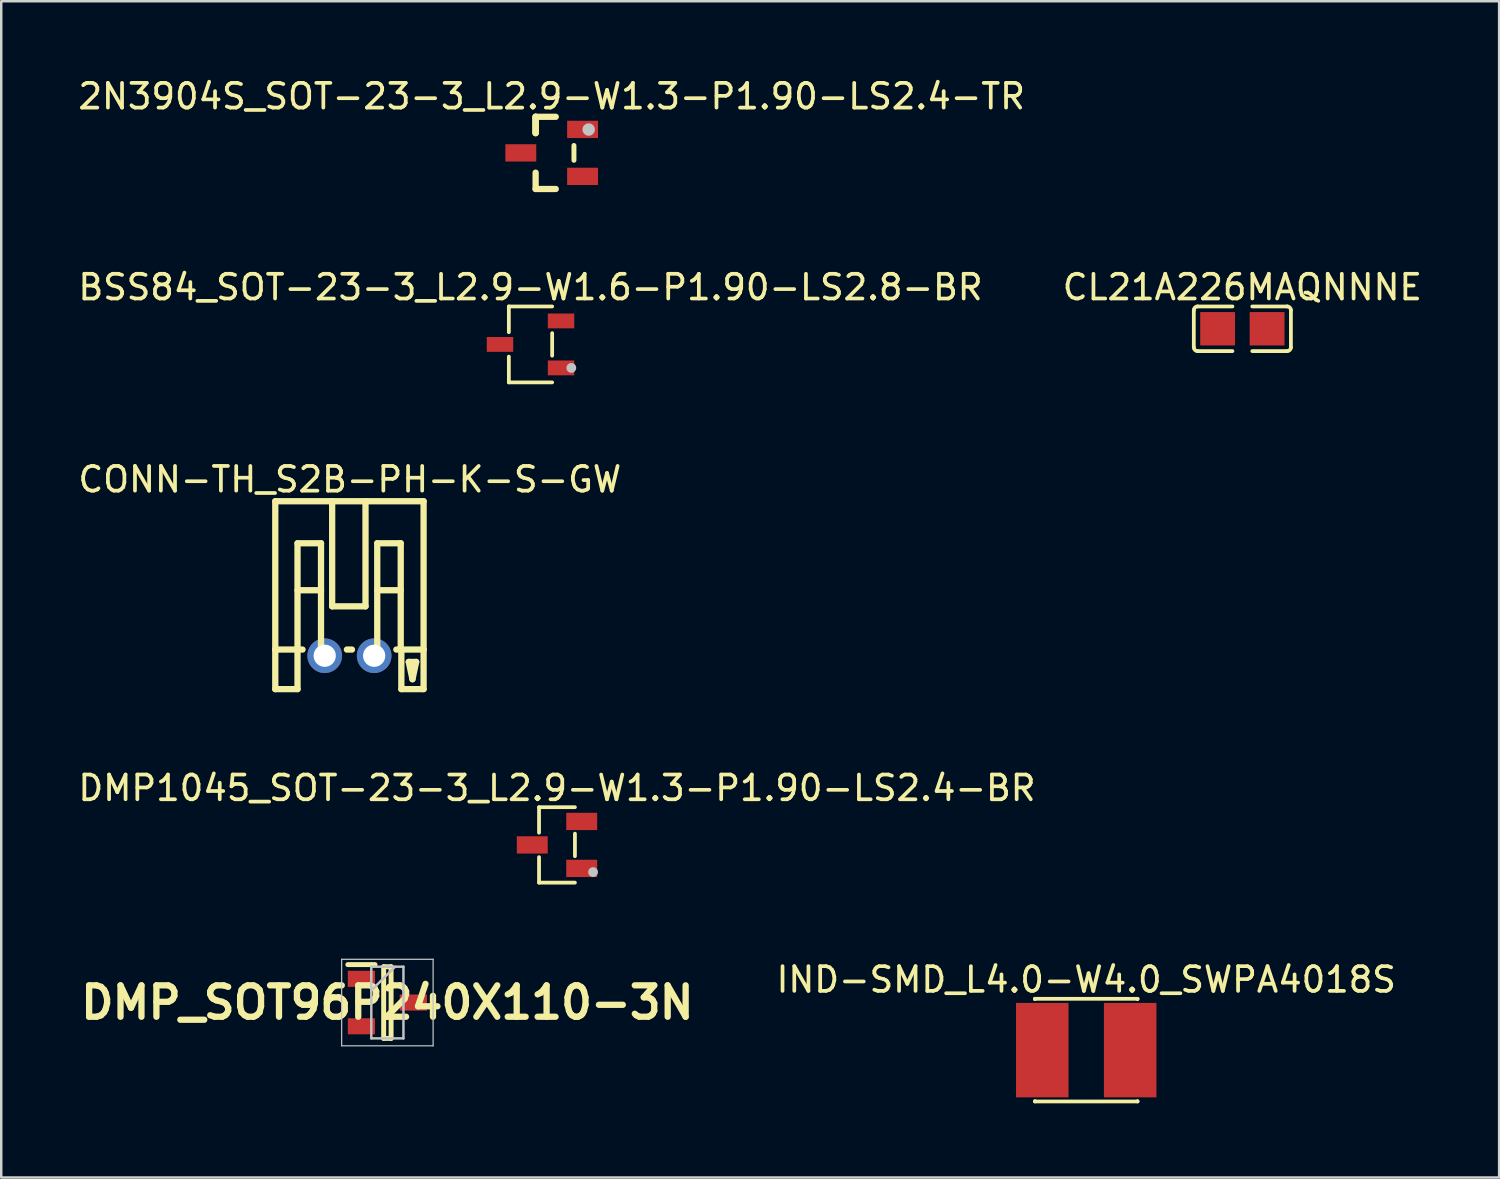
<source format=kicad_pcb>
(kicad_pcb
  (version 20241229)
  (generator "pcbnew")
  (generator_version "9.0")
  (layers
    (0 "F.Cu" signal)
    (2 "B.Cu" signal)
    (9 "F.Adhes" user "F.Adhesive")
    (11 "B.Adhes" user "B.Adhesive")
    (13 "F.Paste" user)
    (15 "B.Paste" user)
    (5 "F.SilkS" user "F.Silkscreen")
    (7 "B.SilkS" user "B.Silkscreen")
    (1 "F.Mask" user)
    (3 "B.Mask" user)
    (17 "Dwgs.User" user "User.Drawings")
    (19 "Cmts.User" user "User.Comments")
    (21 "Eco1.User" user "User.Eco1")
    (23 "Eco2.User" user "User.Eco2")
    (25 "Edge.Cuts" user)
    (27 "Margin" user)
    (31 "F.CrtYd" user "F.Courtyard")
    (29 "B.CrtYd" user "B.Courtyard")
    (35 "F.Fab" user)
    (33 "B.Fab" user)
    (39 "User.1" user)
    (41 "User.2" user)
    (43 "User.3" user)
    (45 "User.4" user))
  (footprint "2N3904S_SOT-23-3_L2.9-W1.3-P1.90-LS2.4-TR"
    (layer "F.Cu")
    (at 19.268 3.135)
    (property "Reference" "2N3904S_SOT-23-3_L2.9-W1.3-P1.90-LS2.4-TR" (at 0 -2.287 0) (layer "F.SilkS") (effects (font (size 1 1) (thickness 0.15))))
    (fp_line (start -0.65 -1.46) (end -0.65 -0.8) (stroke (width 0.254) (type default)) (layer "F.SilkS"))
    (fp_line (start -0.65 -1.46) (end 0.165 -1.46) (stroke (width 0.254) (type default)) (layer "F.SilkS"))
    (fp_line (start -0.65 -0.8) (end -0.65 -1.46) (stroke (width 0.254) (type default)) (layer "F.SilkS"))
    (fp_line (start -0.65 -0.8) (end -0.65 -1.46) (stroke (width 0.254) (type default)) (layer "F.SilkS"))
    (fp_line (start -0.65 1.46) (end -0.65 0.8) (stroke (width 0.254) (type default)) (layer "F.SilkS"))
    (fp_line (start 0.165 1.46) (end -0.65 1.46) (stroke (width 0.254) (type default)) (layer "F.SilkS"))
    (fp_line (start 0.9 0.3) (end 0.9 -0.3) (stroke (width 0.2) (type default)) (layer "F.SilkS"))
    (fp_circle (center 1.496 -0.945) (end 1.623 -0.945) (stroke (width 0.254) (type default)) (fill no) (layer "Dwgs.User"))
    (fp_poly (pts (xy -1.2 0.2) (xy -1.2 -0.2) (xy -1 -0.2) (xy -1 0.2)) (stroke (width 0.1) (type default)) (fill no) (layer "User.1"))
    (fp_poly (pts (xy -1.01 0.2) (xy -1.01 -0.2) (xy -0.627 -0.2) (xy -0.627 0.2)) (stroke (width 0.1) (type default)) (fill no) (layer "User.1"))
    (fp_poly (pts (xy 0.627 -0.75) (xy 0.627 -1.15) (xy 1.01 -1.15) (xy 1.01 -0.75)) (stroke (width 0.1) (type default)) (fill no) (layer "User.1"))
    (fp_poly (pts (xy 0.627 1.15) (xy 0.627 0.75) (xy 1.01 0.75) (xy 1.01 1.15)) (stroke (width 0.1) (type default)) (fill no) (layer "User.1"))
    (fp_poly (pts (xy 1 -0.75) (xy 1 -1.15) (xy 1.2 -1.15) (xy 1.2 -0.75)) (stroke (width 0.1) (type default)) (fill no) (layer "User.1"))
    (fp_poly (pts (xy 1 1.15) (xy 1 0.75) (xy 1.2 0.75) (xy 1.2 1.15)) (stroke (width 0.1) (type default)) (fill no) (layer "User.1"))
    (fp_line (start -0.663 -1.45) (end 0.662 -1.45) (stroke (width 0.051) (type default)) (layer "User.2"))
    (fp_line (start -0.663 1.45) (end -0.663 -1.45) (stroke (width 0.051) (type default)) (layer "User.2"))
    (fp_line (start 0.662 -1.45) (end 0.662 1.45) (stroke (width 0.051) (type default)) (layer "User.2"))
    (fp_line (start 0.662 1.45) (end -0.663 1.45) (stroke (width 0.051) (type default)) (layer "User.2"))
    (fp_poly (pts (xy 1.255 -1.473) (xy 1.223 -1.505) (xy 1.177 -1.505) (xy 1.145 -1.473) (xy 1.145 -1.427) (xy 1.177 -1.395) (xy 1.223 -1.395) (xy 1.255 -1.427)) (stroke (width 0.1) (type default)) (fill no) (layer "User.3"))
    (pad "1" smd rect (at 1.25 -0.95 270) (size 0.7 1.25) (layers "F.Cu" "F.Mask" "F.Paste"))
    (pad "2" smd rect (at 1.25 0.95 270) (size 0.7 1.25) (layers "F.Cu" "F.Mask" "F.Paste"))
    (pad "3" smd rect (at -1.25 0 270) (size 0.7 1.25) (layers "F.Cu" "F.Mask" "F.Paste")))
  (footprint "CONN-TH_S2B-PH-K-S-GW"
    (layer "F.Cu")
    (at 11.086 23.477)
    (property "Reference" "CONN-TH_S2B-PH-K-S-GW" (at 0.015 -7.133 0) (layer "F.SilkS") (effects (font (size 1 1) (thickness 0.15))))
    (fp_line (start -3 -6.25) (end 3 -6.25) (stroke (width 0.254) (type default)) (layer "F.SilkS"))
    (fp_line (start -3 -0.25) (end -3 -6.25) (stroke (width 0.254) (type default)) (layer "F.SilkS"))
    (fp_line (start -3 -0.25) (end -3 1.35) (stroke (width 0.254) (type default)) (layer "F.SilkS"))
    (fp_line (start -3 -0.25) (end -1.897 -0.25) (stroke (width 0.254) (type default)) (layer "F.SilkS"))
    (fp_line (start -3 1.35) (end -2.1 1.35) (stroke (width 0.254) (type default)) (layer "F.SilkS"))
    (fp_line (start -2.1 -4.55) (end -1.15 -4.55) (stroke (width 0.254) (type default)) (layer "F.SilkS"))
    (fp_line (start -2.1 -2.65) (end -1.15 -2.65) (stroke (width 0.254) (type default)) (layer "F.SilkS"))
    (fp_line (start -2.1 -0.25) (end -2.1 -4.55) (stroke (width 0.254) (type default)) (layer "F.SilkS"))
    (fp_line (start -2.1 1.35) (end -2.1 -0.25) (stroke (width 0.254) (type default)) (layer "F.SilkS"))
    (fp_line (start -1.15 -4.55) (end -1.15 -0.25) (stroke (width 0.254) (type default)) (layer "F.SilkS"))
    (fp_line (start -0.7 -6.25) (end -0.699 -6.251) (stroke (width 0.254) (type default)) (layer "F.SilkS"))
    (fp_line (start -0.699 -6.251) (end -0.699 -1.999) (stroke (width 0.254) (type default)) (layer "F.SilkS"))
    (fp_line (start -0.699 -1.999) (end 0.65 -1.999) (stroke (width 0.254) (type default)) (layer "F.SilkS"))
    (fp_line (start -0.103 -0.25) (end 0.103 -0.25) (stroke (width 0.254) (type default)) (layer "F.SilkS"))
    (fp_line (start 0.65 -1.999) (end 0.65 -6.251) (stroke (width 0.254) (type default)) (layer "F.SilkS"))
    (fp_line (start 1.125 -4.55) (end 2.075 -4.55) (stroke (width 0.254) (type default)) (layer "F.SilkS"))
    (fp_line (start 1.125 -2.65) (end 2.075 -2.65) (stroke (width 0.254) (type default)) (layer "F.SilkS"))
    (fp_line (start 1.125 -0.25) (end 1.125 -4.55) (stroke (width 0.254) (type default)) (layer "F.SilkS"))
    (fp_line (start 1.897 -0.25) (end 3 -0.25) (stroke (width 0.254) (type default)) (layer "F.SilkS"))
    (fp_line (start 2.075 -4.55) (end 2.075 -0.25) (stroke (width 0.254) (type default)) (layer "F.SilkS"))
    (fp_line (start 2.1 1.35) (end 2.1 -0.25) (stroke (width 0.254) (type default)) (layer "F.SilkS"))
    (fp_line (start 2.4 0.25) (end 2.7 0.25) (stroke (width 0.254) (type default)) (layer "F.SilkS"))
    (fp_line (start 2.55 0.95) (end 2.4 0.25) (stroke (width 0.254) (type default)) (layer "F.SilkS"))
    (fp_line (start 2.7 0.25) (end 2.55 0.95) (stroke (width 0.254) (type default)) (layer "F.SilkS"))
    (fp_line (start 3 -6.25) (end 3 -0.25) (stroke (width 0.254) (type default)) (layer "F.SilkS"))
    (fp_line (start 3 -0.25) (end 3 1.35) (stroke (width 0.254) (type default)) (layer "F.SilkS"))
    (fp_line (start 3 1.35) (end 2.1 1.35) (stroke (width 0.254) (type default)) (layer "F.SilkS"))
    (fp_poly (pts (xy -0.653 -0.046) (xy -0.677 -0.134) (xy -0.722 -0.213) (xy -0.787 -0.278) (xy -0.866 -0.323) (xy -0.954 -0.347) (xy -1.046 -0.347) (xy -1.134 -0.323) (xy -1.213 -0.278) (xy -1.278 -0.213) (xy -1.323 -0.134) (xy -1.347 -0.046) (xy -1.347 0.046) (xy -1.323 0.134) (xy -1.278 0.213) (xy -1.213 0.278) (xy -1.134 0.323) (xy -1.046 0.347) (xy -0.954 0.347) (xy -0.866 0.323) (xy -0.787 0.278) (xy -0.722 0.213) (xy -0.677 0.134) (xy -0.653 0.046)) (stroke (width 0.1) (type default)) (fill no) (layer "User.1"))
    (fp_poly (pts (xy 1.347 -0.046) (xy 1.323 -0.134) (xy 1.278 -0.213) (xy 1.213 -0.278) (xy 1.134 -0.323) (xy 1.046 -0.347) (xy 0.954 -0.347) (xy 0.866 -0.323) (xy 0.787 -0.278) (xy 0.722 -0.213) (xy 0.677 -0.134) (xy 0.653 -0.046) (xy 0.653 0.046) (xy 0.677 0.134) (xy 0.722 0.213) (xy 0.787 0.278) (xy 0.866 0.323) (xy 0.954 0.347) (xy 1.046 0.347) (xy 1.134 0.323) (xy 1.213 0.278) (xy 1.278 0.213) (xy 1.323 0.134) (xy 1.347 0.046)) (stroke (width 0.1) (type default)) (fill no) (layer "User.1"))
    (fp_line (start -3.127 -6.378) (end 3.127 -6.378) (stroke (width 0.051) (type default)) (layer "User.2"))
    (fp_line (start -3.127 1.477) (end -3.127 -6.378) (stroke (width 0.051) (type default)) (layer "User.2"))
    (fp_line (start 3.127 -6.378) (end 3.127 1.477) (stroke (width 0.051) (type default)) (layer "User.2"))
    (fp_line (start 3.127 1.477) (end -3.127 1.477) (stroke (width 0.051) (type default)) (layer "User.2"))
    (fp_poly (pts (xy 3.182 -6.401) (xy 3.15 -6.433) (xy 3.104 -6.433) (xy 3.072 -6.401) (xy 3.072 -6.355) (xy 3.104 -6.323) (xy 3.15 -6.323) (xy 3.182 -6.355)) (stroke (width 0.1) (type default)) (fill no) (layer "User.3"))
    (pad "1" thru_hole circle (at 1 0) (size 1.4 1.4) (drill 0.9) (layers "*.Cu" "*.Mask"))
    (pad "2" thru_hole circle (at -1 0) (size 1.4 1.4) (drill 0.9) (layers "*.Cu" "*.Mask")))
  (footprint "DMP_SOT96P240X110-3N"
    (layer "F.Cu")
    (at 12.621 37.507)
    (property "Reference" "DMP_SOT96P240X110-3N" (at 0 0 0) (layer "F.SilkS") (effects (font (size 1.27 1.27) (thickness 0.254))))
    (attr smd)
    (fp_line (start -1.6 -1.535) (end -0.5 -1.535) (stroke (width 0.2) (type solid)) (layer "F.SilkS"))
    (fp_line (start -0.15 -1.45) (end 0.15 -1.45) (stroke (width 0.2) (type solid)) (layer "F.SilkS"))
    (fp_line (start -0.15 1.45) (end -0.15 -1.45) (stroke (width 0.2) (type solid)) (layer "F.SilkS"))
    (fp_line (start 0.15 -1.45) (end 0.15 1.45) (stroke (width 0.2) (type solid)) (layer "F.SilkS"))
    (fp_line (start 0.15 1.45) (end -0.15 1.45) (stroke (width 0.2) (type solid)) (layer "F.SilkS"))
    (fp_line (start -1.85 -1.75) (end 1.85 -1.75) (stroke (width 0.05) (type solid)) (layer "Dwgs.User"))
    (fp_line (start -1.85 1.75) (end -1.85 -1.75) (stroke (width 0.05) (type solid)) (layer "Dwgs.User"))
    (fp_line (start -0.65 -1.45) (end 0.65 -1.45) (stroke (width 0.1) (type solid)) (layer "Dwgs.User"))
    (fp_line (start -0.65 -0.49) (end 0.31 -1.45) (stroke (width 0.1) (type solid)) (layer "Dwgs.User"))
    (fp_line (start -0.65 1.45) (end -0.65 -1.45) (stroke (width 0.1) (type solid)) (layer "Dwgs.User"))
    (fp_line (start 0.65 -1.45) (end 0.65 1.45) (stroke (width 0.1) (type solid)) (layer "Dwgs.User"))
    (fp_line (start 0.65 1.45) (end -0.65 1.45) (stroke (width 0.1) (type solid)) (layer "Dwgs.User"))
    (fp_line (start 1.85 -1.75) (end 1.85 1.75) (stroke (width 0.05) (type solid)) (layer "Dwgs.User"))
    (fp_line (start 1.85 1.75) (end -1.85 1.75) (stroke (width 0.05) (type solid)) (layer "Dwgs.User"))
    (pad "1" smd rect (at -1.05 -0.96 90) (size 0.65 1.1) (layers "F.Cu" "F.Mask" "F.Paste"))
    (pad "2" smd rect (at -1.05 0.96 90) (size 0.65 1.1) (layers "F.Cu" "F.Mask" "F.Paste"))
    (pad "3" smd rect (at 1.05 0 90) (size 0.65 1.1) (layers "F.Cu" "F.Mask" "F.Paste")))
  (footprint "IND-SMD_L4.0-W4.0_SWPA4018S"
    (layer "F.Cu")
    (at 40.892 39.432)
    (property "Reference" "IND-SMD_L4.0-W4.0_SWPA4018S" (at 0 -2.852 0) (layer "F.SilkS") (effects (font (size 1 1) (thickness 0.15))))
    (fp_line (start -2.076 -2.076) (end 2.076 -2.076) (stroke (width 0.152) (type default)) (layer "F.SilkS"))
    (fp_line (start -2.076 -2.062) (end -2.076 -2.076) (stroke (width 0.152) (type default)) (layer "F.SilkS"))
    (fp_line (start -2.076 2.062) (end -2.076 2.076) (stroke (width 0.152) (type default)) (layer "F.SilkS"))
    (fp_line (start -2.076 2.076) (end 2.076 2.076) (stroke (width 0.152) (type default)) (layer "F.SilkS"))
    (fp_line (start 2.076 -2.076) (end 2.076 -2.062) (stroke (width 0.152) (type default)) (layer "F.SilkS"))
    (fp_line (start 2.076 2.076) (end 2.076 2.062) (stroke (width 0.152) (type default)) (layer "F.SilkS"))
    (fp_poly (pts (xy -2 1.7) (xy -2 -1.7) (xy -0.8 -1.7) (xy -0.8 1.7)) (stroke (width 0.1) (type default)) (fill no) (layer "User.1"))
    (fp_poly (pts (xy 2 1.7) (xy 2 -1.7) (xy 0.8 -1.7) (xy 0.8 1.7)) (stroke (width 0.1) (type default)) (fill no) (layer "User.1"))
    (fp_line (start -2 -2) (end 2 -2) (stroke (width 0.051) (type default)) (layer "User.2"))
    (fp_line (start -2 2) (end -2 -2) (stroke (width 0.051) (type default)) (layer "User.2"))
    (fp_line (start 2 -2) (end 2 2) (stroke (width 0.051) (type default)) (layer "User.2"))
    (fp_line (start 2 2) (end -2 2) (stroke (width 0.051) (type default)) (layer "User.2"))
    (fp_poly (pts (xy 2.055 1.947) (xy 2.023 1.915) (xy 1.977 1.915) (xy 1.945 1.947) (xy 1.945 1.993) (xy 1.977 2.025) (xy 2.023 2.025) (xy 2.055 1.993)) (stroke (width 0.1) (type default)) (fill no) (layer "User.3"))
    (pad "1" smd rect (at 1.778 0) (size 2.124 3.82) (layers "F.Cu" "F.Mask" "F.Paste"))
    (pad "2" smd rect (at -1.778 0) (size 2.124 3.82) (layers "F.Cu" "F.Mask" "F.Paste")))
  (footprint "DMP1045_SOT-23-3_L2.9-W1.3-P1.90-LS2.4-BR"
    (layer "F.Cu")
    (at 19.482 31.13)
    (property "Reference" "DMP1045_SOT-23-3_L2.9-W1.3-P1.90-LS2.4-BR" (at 0 -2.302 0) (layer "F.SilkS") (effects (font (size 1 1) (thickness 0.15))))
    (fp_line (start -0.726 -1.526) (end -0.726 -0.494) (stroke (width 0.152) (type default)) (layer "F.SilkS"))
    (fp_line (start -0.726 1.526) (end -0.726 0.494) (stroke (width 0.152) (type default)) (layer "F.SilkS"))
    (fp_line (start 0.726 -1.526) (end -0.726 -1.526) (stroke (width 0.152) (type default)) (layer "F.SilkS"))
    (fp_line (start 0.726 -0.456) (end 0.726 0.456) (stroke (width 0.152) (type default)) (layer "F.SilkS"))
    (fp_line (start 0.726 1.526) (end -0.726 1.526) (stroke (width 0.152) (type default)) (layer "F.SilkS"))
    (fp_circle (center 1.46 1.1) (end 1.56 1.1) (stroke (width 0.2) (type default)) (fill no) (layer "Dwgs.User"))
    (fp_poly (pts (xy -1.2 0.215) (xy -1.2 -0.215) (xy -0.9 -0.215) (xy -0.9 0.215)) (stroke (width 0.1) (type default)) (fill no) (layer "User.1"))
    (fp_poly (pts (xy -0.91 0.215) (xy -0.91 -0.215) (xy -0.64 -0.215) (xy -0.64 0.215)) (stroke (width 0.1) (type default)) (fill no) (layer "User.1"))
    (fp_poly (pts (xy 0.64 -0.735) (xy 0.64 -1.165) (xy 0.91 -1.165) (xy 0.91 -0.735)) (stroke (width 0.1) (type default)) (fill no) (layer "User.1"))
    (fp_poly (pts (xy 0.64 1.165) (xy 0.64 0.735) (xy 0.91 0.735) (xy 0.91 1.165)) (stroke (width 0.1) (type default)) (fill no) (layer "User.1"))
    (fp_poly (pts (xy 0.9 -0.735) (xy 0.9 -1.165) (xy 1.2 -1.165) (xy 1.2 -0.735)) (stroke (width 0.1) (type default)) (fill no) (layer "User.1"))
    (fp_poly (pts (xy 0.9 1.165) (xy 0.9 0.735) (xy 1.2 0.735) (xy 1.2 1.165)) (stroke (width 0.1) (type default)) (fill no) (layer "User.1"))
    (fp_line (start -0.65 -1.45) (end 0.65 -1.45) (stroke (width 0.051) (type default)) (layer "User.2"))
    (fp_line (start -0.65 1.45) (end -0.65 -1.45) (stroke (width 0.051) (type default)) (layer "User.2"))
    (fp_line (start 0.65 -1.45) (end 0.65 1.45) (stroke (width 0.051) (type default)) (layer "User.2"))
    (fp_line (start 0.65 1.45) (end -0.65 1.45) (stroke (width 0.051) (type default)) (layer "User.2"))
    (fp_poly (pts (xy 1.255 1.427) (xy 1.223 1.395) (xy 1.177 1.395) (xy 1.145 1.427) (xy 1.145 1.473) (xy 1.177 1.505) (xy 1.223 1.505) (xy 1.255 1.473)) (stroke (width 0.1) (type default)) (fill no) (layer "User.3"))
    (pad "1" smd rect (at 1 0.95) (size 1.25 0.7) (layers "F.Cu" "F.Mask" "F.Paste"))
    (pad "2" smd rect (at 1 -0.95) (size 1.25 0.7) (layers "F.Cu" "F.Mask" "F.Paste"))
    (pad "3" smd rect (at -1 0) (size 1.25 0.7) (layers "F.Cu" "F.Mask" "F.Paste")))
  (footprint "BSS84_SOT-23-3_L2.9-W1.6-P1.90-LS2.8-BR"
    (layer "F.Cu")
    (at 18.411 10.883)
    (property "Reference" "BSS84_SOT-23-3_L2.9-W1.6-P1.90-LS2.8-BR" (at 0 -2.312 0) (layer "F.SilkS") (effects (font (size 1 1) (thickness 0.15))))
    (fp_line (start -0.876 -1.536) (end -0.876 -0.494) (stroke (width 0.152) (type default)) (layer "F.SilkS"))
    (fp_line (start -0.876 1.536) (end -0.876 0.494) (stroke (width 0.152) (type default)) (layer "F.SilkS"))
    (fp_line (start 0.876 -1.536) (end -0.876 -1.536) (stroke (width 0.152) (type default)) (layer "F.SilkS"))
    (fp_line (start 0.876 -0.456) (end 0.876 0.456) (stroke (width 0.152) (type default)) (layer "F.SilkS"))
    (fp_line (start 0.876 1.536) (end -0.876 1.536) (stroke (width 0.152) (type default)) (layer "F.SilkS"))
    (fp_circle (center 1.651 0.95) (end 1.751 0.95) (stroke (width 0.2) (type default)) (fill no) (layer "Dwgs.User"))
    (fp_poly (pts (xy -0.96 0.2) (xy -0.96 -0.2) (xy -0.79 -0.2) (xy -0.79 0.2)) (stroke (width 0.1) (type default)) (fill no) (layer "User.1"))
    (fp_poly (pts (xy -0.95 0.2) (xy -0.95 -0.2) (xy -1.4 -0.2) (xy -1.4 0.2)) (stroke (width 0.1) (type default)) (fill no) (layer "User.1"))
    (fp_poly (pts (xy 0.79 -0.75) (xy 0.79 -1.15) (xy 0.96 -1.15) (xy 0.96 -0.75)) (stroke (width 0.1) (type default)) (fill no) (layer "User.1"))
    (fp_poly (pts (xy 0.79 1.15) (xy 0.79 0.75) (xy 0.96 0.75) (xy 0.96 1.15)) (stroke (width 0.1) (type default)) (fill no) (layer "User.1"))
    (fp_poly (pts (xy 0.95 -0.75) (xy 0.95 -1.15) (xy 1.4 -1.15) (xy 1.4 -0.75)) (stroke (width 0.1) (type default)) (fill no) (layer "User.1"))
    (fp_poly (pts (xy 0.95 1.15) (xy 0.95 0.75) (xy 1.4 0.75) (xy 1.4 1.15)) (stroke (width 0.1) (type default)) (fill no) (layer "User.1"))
    (fp_line (start -0.8 -1.46) (end 0.8 -1.46) (stroke (width 0.051) (type default)) (layer "User.2"))
    (fp_line (start -0.8 1.46) (end -0.8 -1.46) (stroke (width 0.051) (type default)) (layer "User.2"))
    (fp_line (start 0.8 -1.46) (end 0.8 1.46) (stroke (width 0.051) (type default)) (layer "User.2"))
    (fp_line (start 0.8 1.46) (end -0.8 1.46) (stroke (width 0.051) (type default)) (layer "User.2"))
    (fp_poly (pts (xy 1.455 1.437) (xy 1.423 1.405) (xy 1.377 1.405) (xy 1.345 1.437) (xy 1.345 1.483) (xy 1.377 1.515) (xy 1.423 1.515) (xy 1.455 1.483)) (stroke (width 0.1) (type default)) (fill no) (layer "User.3"))
    (pad "1" smd rect (at 1.235 0.95) (size 1.07 0.6) (layers "F.Cu" "F.Mask" "F.Paste"))
    (pad "2" smd rect (at 1.235 -0.95) (size 1.07 0.6) (layers "F.Cu" "F.Mask" "F.Paste"))
    (pad "3" smd rect (at -1.235 0) (size 1.07 0.6) (layers "F.Cu" "F.Mask" "F.Paste")))
  (footprint "CL21A226MAQNNNE"
    (layer "F.Cu")
    (at 47.208 10.25)
    (property "Reference" "CL21A226MAQNNNE" (at 0 -1.68 0) (layer "F.SilkS") (effects (font (size 1 1) (thickness 0.15))))
    (fp_line (start -1.964 0.751) (end -1.964 -0.751) (stroke (width 0.152) (type default)) (layer "F.SilkS"))
    (fp_line (start -1.811 -0.903) (end -0.401 -0.903) (stroke (width 0.152) (type default)) (layer "F.SilkS"))
    (fp_line (start -0.401 0.903) (end -1.811 0.903) (stroke (width 0.152) (type default)) (layer "F.SilkS"))
    (fp_line (start 0.401 0.903) (end 1.811 0.903) (stroke (width 0.152) (type default)) (layer "F.SilkS"))
    (fp_line (start 1.811 -0.903) (end 0.401 -0.903) (stroke (width 0.152) (type default)) (layer "F.SilkS"))
    (fp_line (start 1.964 0.751) (end 1.964 -0.751) (stroke (width 0.152) (type default)) (layer "F.SilkS"))
    (fp_arc (start -1.9635 -0.751) (mid -1.918834 -0.858834) (end -1.811 -0.9035) (stroke (width 0.1525) (type default)) (layer "F.SilkS"))
    (fp_arc (start -1.811 0.9035) (mid -1.918834 0.858834) (end -1.9635 0.751) (stroke (width 0.1525) (type default)) (layer "F.SilkS"))
    (fp_arc (start 1.811 -0.9035) (mid 1.918834 -0.858834) (end 1.9635 -0.751) (stroke (width 0.1525) (type default)) (layer "F.SilkS"))
    (fp_arc (start 1.9635 0.751) (mid 1.918834 0.858834) (end 1.811 0.9035) (stroke (width 0.1525) (type default)) (layer "F.SilkS"))
    (fp_poly (pts (xy -1.705 0.64) (xy -1.705 -0.64) (xy -1.655 -0.69) (xy -0.505 -0.69) (xy -0.455 -0.64) (xy -0.45 -0.23) (xy -0.9 -0.23) (xy -0.9 0.22) (xy -0.46 0.22) (xy -0.455 0.64) (xy -0.505 0.69) (xy -1.655 0.69)) (stroke (width 0) (type default)) (fill yes) (layer "F.Paste"))
    (fp_poly (pts (xy 1.705 -0.64) (xy 1.705 0.64) (xy 1.655 0.69) (xy 0.505 0.69) (xy 0.455 0.64) (xy 0.45 0.23) (xy 0.9 0.23) (xy 0.9 -0.22) (xy 0.46 -0.22) (xy 0.455 -0.64) (xy 0.505 -0.69) (xy 1.655 -0.69)) (stroke (width 0) (type default)) (fill yes) (layer "F.Paste"))
    (fp_poly (pts (xy -1 0.625) (xy -1 -0.625) (xy -0.5 -0.625) (xy -0.5 0.625)) (stroke (width 0.1) (type default)) (fill no) (layer "User.1"))
    (fp_poly (pts (xy 1 -0.625) (xy 1 0.625) (xy 0.5 0.625) (xy 0.5 -0.625)) (stroke (width 0.1) (type default)) (fill no) (layer "User.1"))
    (fp_line (start -1 -0.625) (end 1 -0.625) (stroke (width 0.051) (type default)) (layer "User.2"))
    (fp_line (start -1 0.625) (end -1 -0.625) (stroke (width 0.051) (type default)) (layer "User.2"))
    (fp_line (start 1 -0.625) (end 1 0.625) (stroke (width 0.051) (type default)) (layer "User.2"))
    (fp_line (start 1 0.625) (end -1 0.625) (stroke (width 0.051) (type default)) (layer "User.2"))
    (fp_poly (pts (xy -0.945 0.602) (xy -0.977 0.57) (xy -1.023 0.57) (xy -1.055 0.602) (xy -1.055 0.648) (xy -1.023 0.68) (xy -0.977 0.68) (xy -0.945 0.648)) (stroke (width 0.1) (type default)) (fill no) (layer "User.3"))
    (pad "1" smd rect (at -1 0) (size 1.41 1.35) (layers "F.Cu" "F.Mask" "F.Paste"))
    (pad "2" smd rect (at 1 0) (size 1.41 1.35) (layers "F.Cu" "F.Mask" "F.Paste")))
  (gr_rect
    (start -3 -3)
    (end 57.595 44.585)
    (stroke (width 0.1) (type default))
    (fill no)
    (layer "Edge.Cuts")))
</source>
